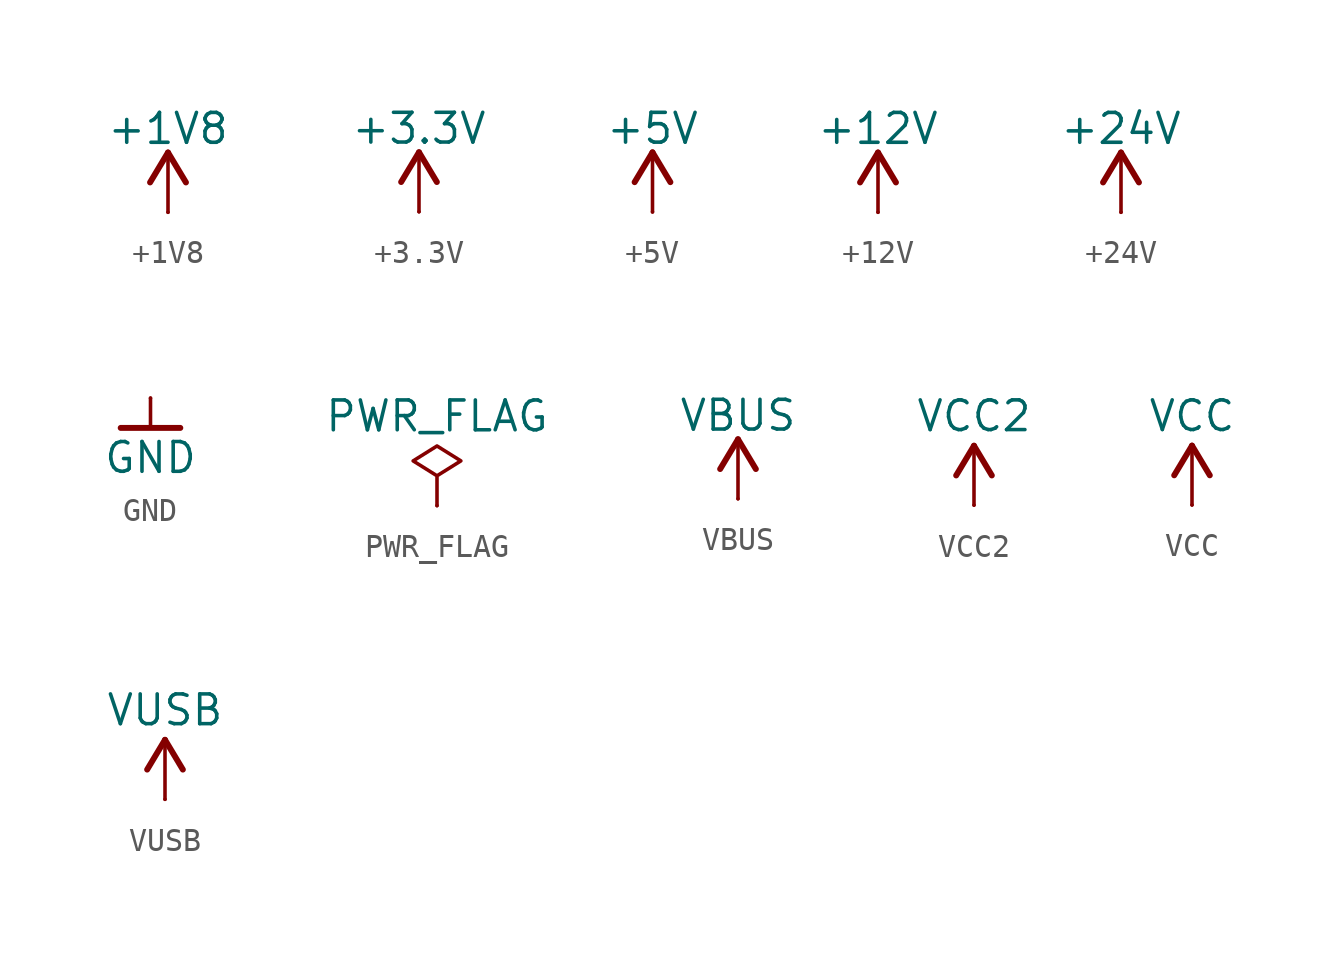
<source format=kicad_sym>
(kicad_symbol_lib
  (version 20231120)
  (generator "kicad_symbol_editor")
  (generator_version "8.0")
  (symbol "+1V8"
    (power)
    (pin_numbers hide)
    (pin_names
      (offset 0) hide)
    (property "Reference" "#PWR"
      (at 0 -3.81 0)
      (effects (font (size 1.27 1.27)) (hide yes)))
    (property "Value" "+1V8"
      (at 0 3.556 0)
      (effects (font (size 1.27 1.27))))
    (symbol "+1V8_0_1"
      (polyline (pts (xy -0.762 1.27) (xy 0 2.54)) (stroke (width 0.254) (type default)) (fill (type none)))
      (polyline (pts (xy 0 0) (xy 0 2.54)) (stroke (width 0) (type default)) (fill (type none)))
      (polyline (pts (xy 0 2.54) (xy 0.762 1.27)) (stroke (width 0.254) (type default)) (fill (type none))))
    (symbol "+1V8_1_1"
      (pin power_in line (at 0 0 90) (length 0) (name "~" (effects (font (size 1.27 1.27)))) (number "1" (effects (font (size 1.27 1.27)))))))
  (symbol "+3.3V"
    (power)
    (pin_numbers hide)
    (pin_names
      (offset 0) hide)
    (property "Reference" "#PWR"
      (at 0 -3.81 0)
      (effects (font (size 1.27 1.27)) (hide yes)))
    (property "Value" "+3.3V"
      (at 0 3.556 0)
      (effects (font (size 1.27 1.27))))
    (symbol "+3.3V_0_1"
      (polyline (pts (xy -0.762 1.27) (xy 0 2.54)) (stroke (width 0.254) (type default)) (fill (type none)))
      (polyline (pts (xy 0 0) (xy 0 2.54)) (stroke (width 0) (type default)) (fill (type none)))
      (polyline (pts (xy 0 2.54) (xy 0.762 1.27)) (stroke (width 0.254) (type default)) (fill (type none))))
    (symbol "+3.3V_1_1"
      (pin power_in line (at 0 0 90) (length 0) (name "~" (effects (font (size 1.27 1.27)))) (number "1" (effects (font (size 1.27 1.27)))))))
  (symbol "+5V"
    (power)
    (pin_numbers hide)
    (pin_names
      (offset 0) hide)
    (property "Reference" "#PWR"
      (at 0 -3.81 0)
      (effects (font (size 1.27 1.27)) (hide yes)))
    (property "Value" "+5V"
      (at 0 3.556 0)
      (effects (font (size 1.27 1.27))))
    (symbol "+5V_0_1"
      (polyline (pts (xy -0.762 1.27) (xy 0 2.54)) (stroke (width 0.254) (type default)) (fill (type none)))
      (polyline (pts (xy 0 0) (xy 0 2.54)) (stroke (width 0) (type default)) (fill (type none)))
      (polyline (pts (xy 0 2.54) (xy 0.762 1.27)) (stroke (width 0.254) (type default)) (fill (type none))))
    (symbol "+5V_1_1"
      (pin power_in line (at 0 0 90) (length 0) (name "~" (effects (font (size 1.27 1.27)))) (number "1" (effects (font (size 1.27 1.27)))))))
  (symbol "+12V"
    (power)
    (pin_numbers hide)
    (pin_names
      (offset 0) hide)
    (property "Reference" "#PWR"
      (at 0 -3.81 0)
      (effects (font (size 1.27 1.27)) (hide yes)))
    (property "Value" "+12V"
      (at 0 3.556 0)
      (effects (font (size 1.27 1.27))))
    (symbol "+12V_0_1"
      (polyline (pts (xy -0.762 1.27) (xy 0 2.54)) (stroke (width 0.254) (type default)) (fill (type none)))
      (polyline (pts (xy 0 0) (xy 0 2.54)) (stroke (width 0) (type default)) (fill (type none)))
      (polyline (pts (xy 0 2.54) (xy 0.762 1.27)) (stroke (width 0.254) (type default)) (fill (type none))))
    (symbol "+12V_1_1"
      (pin power_in line (at 0 0 90) (length 0) (name "~" (effects (font (size 1.27 1.27)))) (number "1" (effects (font (size 1.27 1.27)))))))
  (symbol "+24V"
    (power)
    (pin_numbers hide)
    (pin_names
      (offset 0) hide)
    (property "Reference" "#PWR"
      (at 0 -3.81 0)
      (effects (font (size 1.27 1.27)) (hide yes)))
    (property "Value" "+24V"
      (at 0 3.556 0)
      (effects (font (size 1.27 1.27))))
    (symbol "+24V_0_1"
      (polyline (pts (xy -0.762 1.27) (xy 0 2.54)) (stroke (width 0.254) (type default)) (fill (type none)))
      (polyline (pts (xy 0 0) (xy 0 2.54)) (stroke (width 0) (type default)) (fill (type none)))
      (polyline (pts (xy 0 2.54) (xy 0.762 1.27)) (stroke (width 0.254) (type default)) (fill (type none))))
    (symbol "+24V_1_1"
      (pin power_in line (at 0 0 90) (length 0) (name "~" (effects (font (size 1.27 1.27)))) (number "1" (effects (font (size 1.27 1.27)))))))
  (symbol "GND"
    (power)
    (pin_numbers hide)
    (pin_names
      (offset 0) hide)
    (property "Reference" "#PWR"
      (at 0 -6.35 0)
      (effects (font (size 1.27 1.27)) (hide yes)))
    (property "Value" "GND"
      (at 0 -2.54 0)
      (effects (font (size 1.27 1.27))))
    (symbol "GND_0_1"
      (polyline (pts (xy 0 -1.27) (xy 0 0)) (stroke (width 0) (type default)) (fill (type none)))
      (polyline (pts (xy 1.27 -1.27) (xy -1.27 -1.27)) (stroke (width 0.254) (type default)) (fill (type none))))
    (symbol "GND_1_1"
      (pin power_in line (at 0 0 270) (length 0) (name "~" (effects (font (size 1.27 1.27)))) (number "1" (effects (font (size 1.27 1.27)))))))
  (symbol "PWR_FLAG"
    (power)
    (pin_numbers hide)
    (pin_names
      (offset 0) hide)
    (property "Reference" "#FLG"
      (at 0 -2.54 0)
      (effects (font (size 1.27 1.27)) (hide yes)))
    (property "Value" "PWR_FLAG"
      (at 0 3.81 0)
      (effects (font (size 1.27 1.27))))
    (symbol "PWR_FLAG_0_0"
      (pin power_out line (at 0 0 90) (length 0) (name "~" (effects (font (size 1.27 1.27)))) (number "1" (effects (font (size 1.27 1.27))))))
    (symbol "PWR_FLAG_0_1"
      (polyline (pts (xy 0 0) (xy 0 1.27) (xy -1.016 1.905) (xy 0 2.54) (xy 1.016 1.905) (xy 0 1.27)) (stroke (width 0) (type default)) (fill (type none)))))
  (symbol "VBUS"
    (power)
    (pin_numbers hide)
    (pin_names
      (offset 0) hide)
    (property "Reference" "#PWR"
      (at 0 -3.81 0)
      (effects (font (size 1.27 1.27)) (hide yes)))
    (property "Value" "VBUS"
      (at 0 3.556 0)
      (effects (font (size 1.27 1.27))))
    (symbol "VBUS_0_1"
      (polyline (pts (xy -0.762 1.27) (xy 0 2.54)) (stroke (width 0.254) (type default)) (fill (type none)))
      (polyline (pts (xy 0 0) (xy 0 2.54)) (stroke (width 0) (type default)) (fill (type none)))
      (polyline (pts (xy 0 2.54) (xy 0.762 1.27)) (stroke (width 0.254) (type default)) (fill (type none))))
    (symbol "VBUS_1_1"
      (pin power_in line (at 0 0 90) (length 0) (name "~" (effects (font (size 1.27 1.27)))) (number "1" (effects (font (size 1.27 1.27)))))))
  (symbol "VCC2"
    (power)
    (pin_numbers hide)
    (pin_names
      (offset 0) hide)
    (property "Reference" "#PWR"
      (at 0 -3.81 0)
      (effects (font (size 1.27 1.27)) (hide yes)))
    (property "Value" "VCC2"
      (at 0 3.81 0)
      (effects (font (size 1.27 1.27))))
    (symbol "VCC2_0_1"
      (polyline (pts (xy -0.762 1.27) (xy 0 2.54)) (stroke (width 0.254) (type default)) (fill (type none)))
      (polyline (pts (xy 0 0) (xy 0 2.54)) (stroke (width 0) (type default)) (fill (type none)))
      (polyline (pts (xy 0 2.54) (xy 0.762 1.27)) (stroke (width 0.254) (type default)) (fill (type none))))
    (symbol "VCC2_1_1"
      (pin power_in line (at 0 0 90) (length 0) (name "~" (effects (font (size 1.27 1.27)))) (number "1" (effects (font (size 1.27 1.27)))))))
  (symbol "VCC"
    (power)
    (pin_numbers hide)
    (pin_names
      (offset 0) hide)
    (property "Reference" "#PWR"
      (at 0 -3.81 0)
      (effects (font (size 1.27 1.27)) (hide yes)))
    (property "Value" "VCC"
      (at 0 3.81 0)
      (effects (font (size 1.27 1.27))))
    (symbol "VCC_0_1"
      (polyline (pts (xy -0.762 1.27) (xy 0 2.54)) (stroke (width 0.254) (type default)) (fill (type none)))
      (polyline (pts (xy 0 0) (xy 0 2.54)) (stroke (width 0) (type default)) (fill (type none)))
      (polyline (pts (xy 0 2.54) (xy 0.762 1.27)) (stroke (width 0.254) (type default)) (fill (type none))))
    (symbol "VCC_1_1"
      (pin power_in line (at 0 0 90) (length 0) (name "~" (effects (font (size 1.27 1.27)))) (number "1" (effects (font (size 1.27 1.27)))))))
  (symbol "VUSB"
    (power)
    (pin_numbers hide)
    (pin_names
      (offset 0) hide)
    (property "Reference" "#PWR"
      (at 0 -15.24 0)
      (effects (font (size 1.27 1.27)) (hide yes)))
    (property "Value" "VUSB"
      (at 0 3.81 0)
      (effects (font (size 1.27 1.27))))
    (symbol "VUSB_0_1"
      (polyline (pts (xy -0.762 1.27) (xy 0 2.54)) (stroke (width 0.254) (type default)) (fill (type none)))
      (polyline (pts (xy 0 0) (xy 0 2.54)) (stroke (width 0) (type default)) (fill (type none)))
      (polyline (pts (xy 0 2.54) (xy 0.762 1.27)) (stroke (width 0.254) (type default)) (fill (type none))))
    (symbol "VUSB_1_1"
      (pin power_in line (at 0 0 90) (length 0) (name "~" (effects (font (size 1.27 1.27)))) (number "1" (effects (font (size 1.27 1.27))))))))
</source>
